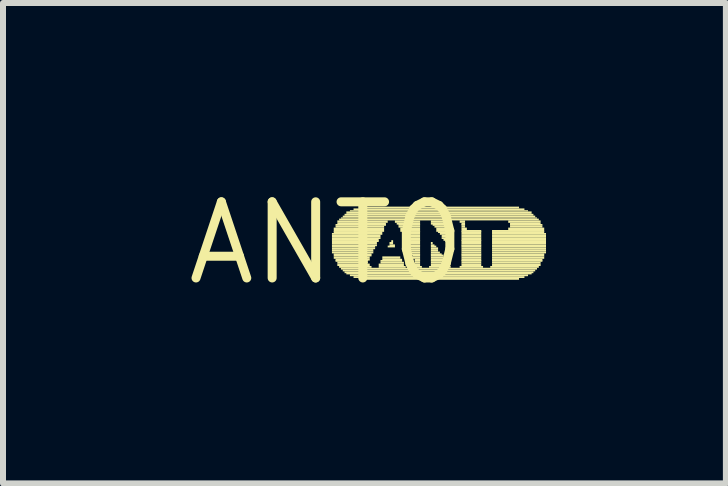
<source format=kicad_pcb>
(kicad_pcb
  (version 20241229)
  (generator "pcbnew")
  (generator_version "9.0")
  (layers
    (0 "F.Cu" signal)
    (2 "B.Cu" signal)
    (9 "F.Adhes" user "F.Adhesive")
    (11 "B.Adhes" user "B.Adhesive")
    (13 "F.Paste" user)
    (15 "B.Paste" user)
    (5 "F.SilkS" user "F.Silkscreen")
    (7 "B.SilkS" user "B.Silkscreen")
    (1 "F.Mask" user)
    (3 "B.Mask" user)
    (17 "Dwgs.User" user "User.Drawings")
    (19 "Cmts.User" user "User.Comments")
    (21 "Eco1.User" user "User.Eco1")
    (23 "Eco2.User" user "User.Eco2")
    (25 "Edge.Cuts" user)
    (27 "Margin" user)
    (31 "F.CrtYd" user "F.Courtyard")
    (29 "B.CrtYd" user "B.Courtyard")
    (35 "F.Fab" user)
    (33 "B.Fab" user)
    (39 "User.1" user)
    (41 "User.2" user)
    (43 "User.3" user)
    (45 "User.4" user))
  (footprint "ANT0"
    (layer "F.Cu")
    (at 2.396 1.006)
    (property "Reference" "ANT0" (at 0 0 0) (layer "F.SilkS") (effects (font (size 1.27 1.27) (thickness 0.15))))
    (attr through_hole)
    (fp_poly (pts (xy 0.09 -0.14) (xy 0.93 -0.14) (xy 0.93 -0.17) (xy 0.09 -0.17)) (stroke (width 0) (type solid)) (fill yes) (layer "F.SilkS"))
    (fp_poly (pts (xy 0.09 -0.1) (xy 0.9 -0.1) (xy 0.9 -0.14) (xy 0.09 -0.14)) (stroke (width 0) (type solid)) (fill yes) (layer "F.SilkS"))
    (fp_poly (pts (xy 0.09 -0.07) (xy 0.9 -0.07) (xy 0.9 -0.1) (xy 0.09 -0.1)) (stroke (width 0) (type solid)) (fill yes) (layer "F.SilkS"))
    (fp_poly (pts (xy 0.09 -0.04) (xy 0.87 -0.04) (xy 0.87 -0.07) (xy 0.09 -0.07)) (stroke (width 0) (type solid)) (fill yes) (layer "F.SilkS"))
    (fp_poly (pts (xy 0.09 -0.02) (xy 0.87 -0.02) (xy 0.87 -0.05) (xy 0.09 -0.05)) (stroke (width 0) (type solid)) (fill yes) (layer "F.SilkS"))
    (fp_poly (pts (xy 0.09 0.02) (xy 0.84 0.02) (xy 0.84 -0.02) (xy 0.09 -0.02)) (stroke (width 0) (type solid)) (fill yes) (layer "F.SilkS"))
    (fp_poly (pts (xy 0.09 0.05) (xy 0.84 0.05) (xy 0.84 0.02) (xy 0.09 0.02)) (stroke (width 0) (type solid)) (fill yes) (layer "F.SilkS"))
    (fp_poly (pts (xy 0.09 0.07) (xy 0.81 0.07) (xy 0.81 0.04) (xy 0.09 0.04)) (stroke (width 0) (type solid)) (fill yes) (layer "F.SilkS"))
    (fp_poly (pts (xy 0.09 0.1) (xy 0.81 0.1) (xy 0.81 0.07) (xy 0.09 0.07)) (stroke (width 0) (type solid)) (fill yes) (layer "F.SilkS"))
    (fp_poly (pts (xy 0.09 0.14) (xy 0.78 0.14) (xy 0.78 0.1) (xy 0.09 0.1)) (stroke (width 0) (type solid)) (fill yes) (layer "F.SilkS"))
    (fp_poly (pts (xy 0.09 0.17) (xy 0.78 0.17) (xy 0.78 0.14) (xy 0.09 0.14)) (stroke (width 0) (type solid)) (fill yes) (layer "F.SilkS"))
    (fp_poly (pts (xy 0.12 -0.22) (xy 0.96 -0.22) (xy 0.96 -0.26) (xy 0.12 -0.26)) (stroke (width 0) (type solid)) (fill yes) (layer "F.SilkS"))
    (fp_poly (pts (xy 0.12 -0.19) (xy 0.96 -0.19) (xy 0.96 -0.22) (xy 0.12 -0.22)) (stroke (width 0) (type solid)) (fill yes) (layer "F.SilkS"))
    (fp_poly (pts (xy 0.12 -0.17) (xy 0.93 -0.17) (xy 0.93 -0.2) (xy 0.12 -0.2)) (stroke (width 0) (type solid)) (fill yes) (layer "F.SilkS"))
    (fp_poly (pts (xy 0.12 0.2) (xy 0.75 0.2) (xy 0.75 0.17) (xy 0.12 0.17)) (stroke (width 0) (type solid)) (fill yes) (layer "F.SilkS"))
    (fp_poly (pts (xy 0.12 0.22) (xy 0.75 0.22) (xy 0.75 0.19) (xy 0.12 0.19)) (stroke (width 0) (type solid)) (fill yes) (layer "F.SilkS"))
    (fp_poly (pts (xy 0.12 0.26) (xy 0.72 0.26) (xy 0.72 0.22) (xy 0.12 0.22)) (stroke (width 0) (type solid)) (fill yes) (layer "F.SilkS"))
    (fp_poly (pts (xy 0.15 -0.29) (xy 0.99 -0.29) (xy 0.99 -0.32) (xy 0.15 -0.32)) (stroke (width 0) (type solid)) (fill yes) (layer "F.SilkS"))
    (fp_poly (pts (xy 0.15 -0.26) (xy 0.96 -0.26) (xy 0.96 -0.29) (xy 0.15 -0.29)) (stroke (width 0) (type solid)) (fill yes) (layer "F.SilkS"))
    (fp_poly (pts (xy 0.15 0.29) (xy 0.72 0.29) (xy 0.72 0.26) (xy 0.15 0.26)) (stroke (width 0) (type solid)) (fill yes) (layer "F.SilkS"))
    (fp_poly (pts (xy 0.15 0.31) (xy 0.69 0.31) (xy 0.69 0.28) (xy 0.15 0.28)) (stroke (width 0) (type solid)) (fill yes) (layer "F.SilkS"))
    (fp_poly (pts (xy 0.18 -0.34) (xy 1.02 -0.34) (xy 1.02 -0.38) (xy 0.18 -0.38)) (stroke (width 0) (type solid)) (fill yes) (layer "F.SilkS"))
    (fp_poly (pts (xy 0.18 -0.31) (xy 0.99 -0.31) (xy 0.99 -0.34) (xy 0.18 -0.34)) (stroke (width 0) (type solid)) (fill yes) (layer "F.SilkS"))
    (fp_poly (pts (xy 0.18 0.34) (xy 0.69 0.34) (xy 0.69 0.31) (xy 0.18 0.31)) (stroke (width 0) (type solid)) (fill yes) (layer "F.SilkS"))
    (fp_poly (pts (xy 0.18 0.38) (xy 0.72 0.38) (xy 0.72 0.34) (xy 0.18 0.34)) (stroke (width 0) (type solid)) (fill yes) (layer "F.SilkS"))
    (fp_poly (pts (xy 0.21 -0.38) (xy 3.54 -0.38) (xy 3.54 -0.41) (xy 0.21 -0.41)) (stroke (width 0) (type solid)) (fill yes) (layer "F.SilkS"))
    (fp_poly (pts (xy 0.21 0.41) (xy 0.75 0.41) (xy 0.75 0.38) (xy 0.21 0.38)) (stroke (width 0) (type solid)) (fill yes) (layer "F.SilkS"))
    (fp_poly (pts (xy 0.24 -0.41) (xy 3.51 -0.41) (xy 3.51 -0.43) (xy 0.24 -0.43)) (stroke (width 0) (type solid)) (fill yes) (layer "F.SilkS"))
    (fp_poly (pts (xy 0.24 0.44) (xy 3.51 0.44) (xy 3.51 0.41) (xy 0.24 0.41)) (stroke (width 0) (type solid)) (fill yes) (layer "F.SilkS"))
    (fp_poly (pts (xy 0.27 -0.43) (xy 3.48 -0.43) (xy 3.48 -0.46) (xy 0.27 -0.46)) (stroke (width 0) (type solid)) (fill yes) (layer "F.SilkS"))
    (fp_poly (pts (xy 0.27 0.47) (xy 3.48 0.47) (xy 3.48 0.44) (xy 0.27 0.44)) (stroke (width 0) (type solid)) (fill yes) (layer "F.SilkS"))
    (fp_poly (pts (xy 0.3 -0.46) (xy 3.45 -0.46) (xy 3.45 -0.49) (xy 0.3 -0.49)) (stroke (width 0) (type solid)) (fill yes) (layer "F.SilkS"))
    (fp_poly (pts (xy 0.3 0.5) (xy 3.45 0.5) (xy 3.45 0.47) (xy 0.3 0.47)) (stroke (width 0) (type solid)) (fill yes) (layer "F.SilkS"))
    (fp_poly (pts (xy 0.33 -0.49) (xy 3.42 -0.49) (xy 3.42 -0.53) (xy 0.33 -0.53)) (stroke (width 0) (type solid)) (fill yes) (layer "F.SilkS"))
    (fp_poly (pts (xy 0.33 0.52) (xy 3.42 0.52) (xy 3.42 0.49) (xy 0.33 0.49)) (stroke (width 0) (type solid)) (fill yes) (layer "F.SilkS"))
    (fp_poly (pts (xy 0.39 -0.53) (xy 3.36 -0.53) (xy 3.36 -0.55) (xy 0.39 -0.55)) (stroke (width 0) (type solid)) (fill yes) (layer "F.SilkS"))
    (fp_poly (pts (xy 0.39 0.55) (xy 3.36 0.55) (xy 3.36 0.52) (xy 0.39 0.52)) (stroke (width 0) (type solid)) (fill yes) (layer "F.SilkS"))
    (fp_poly (pts (xy 0.45 -0.55) (xy 3.3 -0.55) (xy 3.3 -0.58) (xy 0.45 -0.58)) (stroke (width 0) (type solid)) (fill yes) (layer "F.SilkS"))
    (fp_poly (pts (xy 0.45 0.58) (xy 3.3 0.58) (xy 3.3 0.55) (xy 0.45 0.55)) (stroke (width 0) (type solid)) (fill yes) (layer "F.SilkS"))
    (fp_poly (pts (xy 0.54 -0.58) (xy 3.21 -0.58) (xy 3.21 -0.61) (xy 0.54 -0.61)) (stroke (width 0) (type solid)) (fill yes) (layer "F.SilkS"))
    (fp_poly (pts (xy 0.54 0.61) (xy 3.21 0.61) (xy 3.21 0.58) (xy 0.54 0.58)) (stroke (width 0) (type solid)) (fill yes) (layer "F.SilkS"))
    (fp_poly (pts (xy 0.87 0.38) (xy 1.29 0.38) (xy 1.29 0.34) (xy 0.87 0.34)) (stroke (width 0) (type solid)) (fill yes) (layer "F.SilkS"))
    (fp_poly (pts (xy 0.87 0.41) (xy 1.32 0.41) (xy 1.32 0.38) (xy 0.87 0.38)) (stroke (width 0) (type solid)) (fill yes) (layer "F.SilkS"))
    (fp_poly (pts (xy 0.9 0.31) (xy 1.26 0.31) (xy 1.26 0.28) (xy 0.9 0.28)) (stroke (width 0) (type solid)) (fill yes) (layer "F.SilkS"))
    (fp_poly (pts (xy 0.9 0.34) (xy 1.29 0.34) (xy 1.29 0.31) (xy 0.9 0.31)) (stroke (width 0) (type solid)) (fill yes) (layer "F.SilkS"))
    (fp_poly (pts (xy 0.93 0.26) (xy 1.23 0.26) (xy 1.23 0.22) (xy 0.93 0.22)) (stroke (width 0) (type solid)) (fill yes) (layer "F.SilkS"))
    (fp_poly (pts (xy 0.93 0.29) (xy 1.26 0.29) (xy 1.26 0.26) (xy 0.93 0.26)) (stroke (width 0) (type solid)) (fill yes) (layer "F.SilkS"))
    (fp_poly (pts (xy 1.02 0.07) (xy 1.14 0.07) (xy 1.14 0.04) (xy 1.02 0.04)) (stroke (width 0) (type solid)) (fill yes) (layer "F.SilkS"))
    (fp_poly (pts (xy 1.05 0.02) (xy 1.11 0.02) (xy 1.11 -0.02) (xy 1.05 -0.02)) (stroke (width 0) (type solid)) (fill yes) (layer "F.SilkS"))
    (fp_poly (pts (xy 1.05 0.05) (xy 1.14 0.05) (xy 1.14 0.02) (xy 1.05 0.02)) (stroke (width 0) (type solid)) (fill yes) (layer "F.SilkS"))
    (fp_poly (pts (xy 1.08 -0.02) (xy 1.11 -0.02) (xy 1.11 -0.05) (xy 1.08 -0.05)) (stroke (width 0) (type solid)) (fill yes) (layer "F.SilkS"))
    (fp_poly (pts (xy 1.14 -0.34) (xy 1.56 -0.34) (xy 1.56 -0.38) (xy 1.14 -0.38)) (stroke (width 0) (type solid)) (fill yes) (layer "F.SilkS"))
    (fp_poly (pts (xy 1.17 -0.31) (xy 1.56 -0.31) (xy 1.56 -0.34) (xy 1.17 -0.34)) (stroke (width 0) (type solid)) (fill yes) (layer "F.SilkS"))
    (fp_poly (pts (xy 1.2 -0.29) (xy 1.56 -0.29) (xy 1.56 -0.32) (xy 1.2 -0.32)) (stroke (width 0) (type solid)) (fill yes) (layer "F.SilkS"))
    (fp_poly (pts (xy 1.2 -0.26) (xy 1.56 -0.26) (xy 1.56 -0.29) (xy 1.2 -0.29)) (stroke (width 0) (type solid)) (fill yes) (layer "F.SilkS"))
    (fp_poly (pts (xy 1.23 -0.22) (xy 1.56 -0.22) (xy 1.56 -0.26) (xy 1.23 -0.26)) (stroke (width 0) (type solid)) (fill yes) (layer "F.SilkS"))
    (fp_poly (pts (xy 1.23 -0.19) (xy 1.56 -0.19) (xy 1.56 -0.22) (xy 1.23 -0.22)) (stroke (width 0) (type solid)) (fill yes) (layer "F.SilkS"))
    (fp_poly (pts (xy 1.26 -0.17) (xy 1.56 -0.17) (xy 1.56 -0.2) (xy 1.26 -0.2)) (stroke (width 0) (type solid)) (fill yes) (layer "F.SilkS"))
    (fp_poly (pts (xy 1.26 -0.14) (xy 1.56 -0.14) (xy 1.56 -0.17) (xy 1.26 -0.17)) (stroke (width 0) (type solid)) (fill yes) (layer "F.SilkS"))
    (fp_poly (pts (xy 1.26 -0.1) (xy 1.56 -0.1) (xy 1.56 -0.14) (xy 1.26 -0.14)) (stroke (width 0) (type solid)) (fill yes) (layer "F.SilkS"))
    (fp_poly (pts (xy 1.29 -0.07) (xy 1.56 -0.07) (xy 1.56 -0.1) (xy 1.29 -0.1)) (stroke (width 0) (type solid)) (fill yes) (layer "F.SilkS"))
    (fp_poly (pts (xy 1.29 -0.04) (xy 1.56 -0.04) (xy 1.56 -0.07) (xy 1.29 -0.07)) (stroke (width 0) (type solid)) (fill yes) (layer "F.SilkS"))
    (fp_poly (pts (xy 1.32 -0.02) (xy 1.56 -0.02) (xy 1.56 -0.05) (xy 1.32 -0.05)) (stroke (width 0) (type solid)) (fill yes) (layer "F.SilkS"))
    (fp_poly (pts (xy 1.32 0.02) (xy 1.56 0.02) (xy 1.56 -0.02) (xy 1.32 -0.02)) (stroke (width 0) (type solid)) (fill yes) (layer "F.SilkS"))
    (fp_poly (pts (xy 1.35 0.05) (xy 1.56 0.05) (xy 1.56 0.02) (xy 1.35 0.02)) (stroke (width 0) (type solid)) (fill yes) (layer "F.SilkS"))
    (fp_poly (pts (xy 1.35 0.07) (xy 1.56 0.07) (xy 1.56 0.04) (xy 1.35 0.04)) (stroke (width 0) (type solid)) (fill yes) (layer "F.SilkS"))
    (fp_poly (pts (xy 1.38 0.1) (xy 1.56 0.1) (xy 1.56 0.07) (xy 1.38 0.07)) (stroke (width 0) (type solid)) (fill yes) (layer "F.SilkS"))
    (fp_poly (pts (xy 1.38 0.14) (xy 1.56 0.14) (xy 1.56 0.1) (xy 1.38 0.1)) (stroke (width 0) (type solid)) (fill yes) (layer "F.SilkS"))
    (fp_poly (pts (xy 1.41 0.17) (xy 1.56 0.17) (xy 1.56 0.14) (xy 1.41 0.14)) (stroke (width 0) (type solid)) (fill yes) (layer "F.SilkS"))
    (fp_poly (pts (xy 1.41 0.2) (xy 1.56 0.2) (xy 1.56 0.17) (xy 1.41 0.17)) (stroke (width 0) (type solid)) (fill yes) (layer "F.SilkS"))
    (fp_poly (pts (xy 1.44 0.22) (xy 1.56 0.22) (xy 1.56 0.19) (xy 1.44 0.19)) (stroke (width 0) (type solid)) (fill yes) (layer "F.SilkS"))
    (fp_poly (pts (xy 1.44 0.26) (xy 1.56 0.26) (xy 1.56 0.22) (xy 1.44 0.22)) (stroke (width 0) (type solid)) (fill yes) (layer "F.SilkS"))
    (fp_poly (pts (xy 1.44 0.41) (xy 1.59 0.41) (xy 1.59 0.38) (xy 1.44 0.38)) (stroke (width 0) (type solid)) (fill yes) (layer "F.SilkS"))
    (fp_poly (pts (xy 1.47 0.29) (xy 1.56 0.29) (xy 1.56 0.26) (xy 1.47 0.26)) (stroke (width 0) (type solid)) (fill yes) (layer "F.SilkS"))
    (fp_poly (pts (xy 1.47 0.31) (xy 1.56 0.31) (xy 1.56 0.28) (xy 1.47 0.28)) (stroke (width 0) (type solid)) (fill yes) (layer "F.SilkS"))
    (fp_poly (pts (xy 1.47 0.34) (xy 1.56 0.34) (xy 1.56 0.31) (xy 1.47 0.31)) (stroke (width 0) (type solid)) (fill yes) (layer "F.SilkS"))
    (fp_poly (pts (xy 1.47 0.38) (xy 1.56 0.38) (xy 1.56 0.34) (xy 1.47 0.34)) (stroke (width 0) (type solid)) (fill yes) (layer "F.SilkS"))
    (fp_poly (pts (xy 1.71 0.41) (xy 2.07 0.41) (xy 2.07 0.38) (xy 1.71 0.38)) (stroke (width 0) (type solid)) (fill yes) (layer "F.SilkS"))
    (fp_poly (pts (xy 1.74 -0.34) (xy 2.07 -0.34) (xy 2.07 -0.38) (xy 1.74 -0.38)) (stroke (width 0) (type solid)) (fill yes) (layer "F.SilkS"))
    (fp_poly (pts (xy 1.74 -0.31) (xy 2.07 -0.31) (xy 2.07 -0.34) (xy 1.74 -0.34)) (stroke (width 0) (type solid)) (fill yes) (layer "F.SilkS"))
    (fp_poly (pts (xy 1.74 0.02) (xy 1.77 0.02) (xy 1.77 -0.02) (xy 1.74 -0.02)) (stroke (width 0) (type solid)) (fill yes) (layer "F.SilkS"))
    (fp_poly (pts (xy 1.74 0.05) (xy 1.8 0.05) (xy 1.8 0.02) (xy 1.74 0.02)) (stroke (width 0) (type solid)) (fill yes) (layer "F.SilkS"))
    (fp_poly (pts (xy 1.74 0.07) (xy 1.83 0.07) (xy 1.83 0.04) (xy 1.74 0.04)) (stroke (width 0) (type solid)) (fill yes) (layer "F.SilkS"))
    (fp_poly (pts (xy 1.74 0.1) (xy 1.86 0.1) (xy 1.86 0.07) (xy 1.74 0.07)) (stroke (width 0) (type solid)) (fill yes) (layer "F.SilkS"))
    (fp_poly (pts (xy 1.74 0.14) (xy 1.86 0.14) (xy 1.86 0.1) (xy 1.74 0.1)) (stroke (width 0) (type solid)) (fill yes) (layer "F.SilkS"))
    (fp_poly (pts (xy 1.74 0.17) (xy 1.89 0.17) (xy 1.89 0.14) (xy 1.74 0.14)) (stroke (width 0) (type solid)) (fill yes) (layer "F.SilkS"))
    (fp_poly (pts (xy 1.74 0.2) (xy 1.92 0.2) (xy 1.92 0.17) (xy 1.74 0.17)) (stroke (width 0) (type solid)) (fill yes) (layer "F.SilkS"))
    (fp_poly (pts (xy 1.74 0.22) (xy 1.95 0.22) (xy 1.95 0.19) (xy 1.74 0.19)) (stroke (width 0) (type solid)) (fill yes) (layer "F.SilkS"))
    (fp_poly (pts (xy 1.74 0.26) (xy 1.95 0.26) (xy 1.95 0.22) (xy 1.74 0.22)) (stroke (width 0) (type solid)) (fill yes) (layer "F.SilkS"))
    (fp_poly (pts (xy 1.74 0.29) (xy 1.98 0.29) (xy 1.98 0.26) (xy 1.74 0.26)) (stroke (width 0) (type solid)) (fill yes) (layer "F.SilkS"))
    (fp_poly (pts (xy 1.74 0.31) (xy 2.01 0.31) (xy 2.01 0.28) (xy 1.74 0.28)) (stroke (width 0) (type solid)) (fill yes) (layer "F.SilkS"))
    (fp_poly (pts (xy 1.74 0.34) (xy 2.04 0.34) (xy 2.04 0.31) (xy 1.74 0.31)) (stroke (width 0) (type solid)) (fill yes) (layer "F.SilkS"))
    (fp_poly (pts (xy 1.74 0.38) (xy 2.04 0.38) (xy 2.04 0.34) (xy 1.74 0.34)) (stroke (width 0) (type solid)) (fill yes) (layer "F.SilkS"))
    (fp_poly (pts (xy 1.77 -0.29) (xy 2.07 -0.29) (xy 2.07 -0.32) (xy 1.77 -0.32)) (stroke (width 0) (type solid)) (fill yes) (layer "F.SilkS"))
    (fp_poly (pts (xy 1.8 -0.26) (xy 2.07 -0.26) (xy 2.07 -0.29) (xy 1.8 -0.29)) (stroke (width 0) (type solid)) (fill yes) (layer "F.SilkS"))
    (fp_poly (pts (xy 1.83 -0.22) (xy 2.07 -0.22) (xy 2.07 -0.26) (xy 1.83 -0.26)) (stroke (width 0) (type solid)) (fill yes) (layer "F.SilkS"))
    (fp_poly (pts (xy 1.83 -0.19) (xy 2.07 -0.19) (xy 2.07 -0.22) (xy 1.83 -0.22)) (stroke (width 0) (type solid)) (fill yes) (layer "F.SilkS"))
    (fp_poly (pts (xy 1.86 -0.17) (xy 2.07 -0.17) (xy 2.07 -0.2) (xy 1.86 -0.2)) (stroke (width 0) (type solid)) (fill yes) (layer "F.SilkS"))
    (fp_poly (pts (xy 1.89 -0.14) (xy 2.07 -0.14) (xy 2.07 -0.17) (xy 1.89 -0.17)) (stroke (width 0) (type solid)) (fill yes) (layer "F.SilkS"))
    (fp_poly (pts (xy 1.92 -0.1) (xy 2.07 -0.1) (xy 2.07 -0.14) (xy 1.92 -0.14)) (stroke (width 0) (type solid)) (fill yes) (layer "F.SilkS"))
    (fp_poly (pts (xy 1.92 -0.07) (xy 2.07 -0.07) (xy 2.07 -0.1) (xy 1.92 -0.1)) (stroke (width 0) (type solid)) (fill yes) (layer "F.SilkS"))
    (fp_poly (pts (xy 1.95 -0.04) (xy 2.07 -0.04) (xy 2.07 -0.07) (xy 1.95 -0.07)) (stroke (width 0) (type solid)) (fill yes) (layer "F.SilkS"))
    (fp_poly (pts (xy 1.98 -0.02) (xy 2.07 -0.02) (xy 2.07 -0.05) (xy 1.98 -0.05)) (stroke (width 0) (type solid)) (fill yes) (layer "F.SilkS"))
    (fp_poly (pts (xy 2.01 0.02) (xy 2.07 0.02) (xy 2.07 -0.02) (xy 2.01 -0.02)) (stroke (width 0) (type solid)) (fill yes) (layer "F.SilkS"))
    (fp_poly (pts (xy 2.01 0.05) (xy 2.07 0.05) (xy 2.07 0.02) (xy 2.01 0.02)) (stroke (width 0) (type solid)) (fill yes) (layer "F.SilkS"))
    (fp_poly (pts (xy 2.22 -0.34) (xy 2.31 -0.34) (xy 2.31 -0.38) (xy 2.22 -0.38)) (stroke (width 0) (type solid)) (fill yes) (layer "F.SilkS"))
    (fp_poly (pts (xy 2.22 0.41) (xy 2.61 0.41) (xy 2.61 0.38) (xy 2.22 0.38)) (stroke (width 0) (type solid)) (fill yes) (layer "F.SilkS"))
    (fp_poly (pts (xy 2.25 -0.31) (xy 2.31 -0.31) (xy 2.31 -0.34) (xy 2.25 -0.34)) (stroke (width 0) (type solid)) (fill yes) (layer "F.SilkS"))
    (fp_poly (pts (xy 2.25 -0.29) (xy 2.31 -0.29) (xy 2.31 -0.32) (xy 2.25 -0.32)) (stroke (width 0) (type solid)) (fill yes) (layer "F.SilkS"))
    (fp_poly (pts (xy 2.25 -0.26) (xy 2.31 -0.26) (xy 2.31 -0.29) (xy 2.25 -0.29)) (stroke (width 0) (type solid)) (fill yes) (layer "F.SilkS"))
    (fp_poly (pts (xy 2.25 -0.22) (xy 2.34 -0.22) (xy 2.34 -0.26) (xy 2.25 -0.26)) (stroke (width 0) (type solid)) (fill yes) (layer "F.SilkS"))
    (fp_poly (pts (xy 2.25 -0.19) (xy 2.58 -0.19) (xy 2.58 -0.22) (xy 2.25 -0.22)) (stroke (width 0) (type solid)) (fill yes) (layer "F.SilkS"))
    (fp_poly (pts (xy 2.25 -0.17) (xy 2.58 -0.17) (xy 2.58 -0.2) (xy 2.25 -0.2)) (stroke (width 0) (type solid)) (fill yes) (layer "F.SilkS"))
    (fp_poly (pts (xy 2.25 -0.14) (xy 2.58 -0.14) (xy 2.58 -0.17) (xy 2.25 -0.17)) (stroke (width 0) (type solid)) (fill yes) (layer "F.SilkS"))
    (fp_poly (pts (xy 2.25 -0.1) (xy 2.58 -0.1) (xy 2.58 -0.14) (xy 2.25 -0.14)) (stroke (width 0) (type solid)) (fill yes) (layer "F.SilkS"))
    (fp_poly (pts (xy 2.25 -0.07) (xy 2.58 -0.07) (xy 2.58 -0.1) (xy 2.25 -0.1)) (stroke (width 0) (type solid)) (fill yes) (layer "F.SilkS"))
    (fp_poly (pts (xy 2.25 -0.04) (xy 2.58 -0.04) (xy 2.58 -0.07) (xy 2.25 -0.07)) (stroke (width 0) (type solid)) (fill yes) (layer "F.SilkS"))
    (fp_poly (pts (xy 2.25 -0.02) (xy 2.58 -0.02) (xy 2.58 -0.05) (xy 2.25 -0.05)) (stroke (width 0) (type solid)) (fill yes) (layer "F.SilkS"))
    (fp_poly (pts (xy 2.25 0.02) (xy 2.58 0.02) (xy 2.58 -0.02) (xy 2.25 -0.02)) (stroke (width 0) (type solid)) (fill yes) (layer "F.SilkS"))
    (fp_poly (pts (xy 2.25 0.05) (xy 2.58 0.05) (xy 2.58 0.02) (xy 2.25 0.02)) (stroke (width 0) (type solid)) (fill yes) (layer "F.SilkS"))
    (fp_poly (pts (xy 2.25 0.07) (xy 2.58 0.07) (xy 2.58 0.04) (xy 2.25 0.04)) (stroke (width 0) (type solid)) (fill yes) (layer "F.SilkS"))
    (fp_poly (pts (xy 2.25 0.1) (xy 2.58 0.1) (xy 2.58 0.07) (xy 2.25 0.07)) (stroke (width 0) (type solid)) (fill yes) (layer "F.SilkS"))
    (fp_poly (pts (xy 2.25 0.14) (xy 2.58 0.14) (xy 2.58 0.1) (xy 2.25 0.1)) (stroke (width 0) (type solid)) (fill yes) (layer "F.SilkS"))
    (fp_poly (pts (xy 2.25 0.17) (xy 2.58 0.17) (xy 2.58 0.14) (xy 2.25 0.14)) (stroke (width 0) (type solid)) (fill yes) (layer "F.SilkS"))
    (fp_poly (pts (xy 2.25 0.2) (xy 2.58 0.2) (xy 2.58 0.17) (xy 2.25 0.17)) (stroke (width 0) (type solid)) (fill yes) (layer "F.SilkS"))
    (fp_poly (pts (xy 2.25 0.22) (xy 2.58 0.22) (xy 2.58 0.19) (xy 2.25 0.19)) (stroke (width 0) (type solid)) (fill yes) (layer "F.SilkS"))
    (fp_poly (pts (xy 2.25 0.26) (xy 2.58 0.26) (xy 2.58 0.22) (xy 2.25 0.22)) (stroke (width 0) (type solid)) (fill yes) (layer "F.SilkS"))
    (fp_poly (pts (xy 2.25 0.29) (xy 2.58 0.29) (xy 2.58 0.26) (xy 2.25 0.26)) (stroke (width 0) (type solid)) (fill yes) (layer "F.SilkS"))
    (fp_poly (pts (xy 2.25 0.31) (xy 2.58 0.31) (xy 2.58 0.28) (xy 2.25 0.28)) (stroke (width 0) (type solid)) (fill yes) (layer "F.SilkS"))
    (fp_poly (pts (xy 2.25 0.34) (xy 2.58 0.34) (xy 2.58 0.31) (xy 2.25 0.31)) (stroke (width 0) (type solid)) (fill yes) (layer "F.SilkS"))
    (fp_poly (pts (xy 2.25 0.38) (xy 2.58 0.38) (xy 2.58 0.34) (xy 2.25 0.34)) (stroke (width 0) (type solid)) (fill yes) (layer "F.SilkS"))
    (fp_poly (pts (xy 2.73 0.41) (xy 3.54 0.41) (xy 3.54 0.38) (xy 2.73 0.38)) (stroke (width 0) (type solid)) (fill yes) (layer "F.SilkS"))
    (fp_poly (pts (xy 2.76 -0.19) (xy 3.63 -0.19) (xy 3.63 -0.22) (xy 2.76 -0.22)) (stroke (width 0) (type solid)) (fill yes) (layer "F.SilkS"))
    (fp_poly (pts (xy 2.76 -0.17) (xy 3.63 -0.17) (xy 3.63 -0.2) (xy 2.76 -0.2)) (stroke (width 0) (type solid)) (fill yes) (layer "F.SilkS"))
    (fp_poly (pts (xy 2.76 -0.14) (xy 3.66 -0.14) (xy 3.66 -0.17) (xy 2.76 -0.17)) (stroke (width 0) (type solid)) (fill yes) (layer "F.SilkS"))
    (fp_poly (pts (xy 2.76 -0.1) (xy 3.66 -0.1) (xy 3.66 -0.14) (xy 2.76 -0.14)) (stroke (width 0) (type solid)) (fill yes) (layer "F.SilkS"))
    (fp_poly (pts (xy 2.76 -0.07) (xy 3.66 -0.07) (xy 3.66 -0.1) (xy 2.76 -0.1)) (stroke (width 0) (type solid)) (fill yes) (layer "F.SilkS"))
    (fp_poly (pts (xy 2.76 -0.04) (xy 3.66 -0.04) (xy 3.66 -0.07) (xy 2.76 -0.07)) (stroke (width 0) (type solid)) (fill yes) (layer "F.SilkS"))
    (fp_poly (pts (xy 2.76 -0.02) (xy 3.66 -0.02) (xy 3.66 -0.05) (xy 2.76 -0.05)) (stroke (width 0) (type solid)) (fill yes) (layer "F.SilkS"))
    (fp_poly (pts (xy 2.76 0.02) (xy 3.66 0.02) (xy 3.66 -0.02) (xy 2.76 -0.02)) (stroke (width 0) (type solid)) (fill yes) (layer "F.SilkS"))
    (fp_poly (pts (xy 2.76 0.05) (xy 3.66 0.05) (xy 3.66 0.02) (xy 2.76 0.02)) (stroke (width 0) (type solid)) (fill yes) (layer "F.SilkS"))
    (fp_poly (pts (xy 2.76 0.07) (xy 3.66 0.07) (xy 3.66 0.04) (xy 2.76 0.04)) (stroke (width 0) (type solid)) (fill yes) (layer "F.SilkS"))
    (fp_poly (pts (xy 2.76 0.1) (xy 3.66 0.1) (xy 3.66 0.07) (xy 2.76 0.07)) (stroke (width 0) (type solid)) (fill yes) (layer "F.SilkS"))
    (fp_poly (pts (xy 2.76 0.14) (xy 3.66 0.14) (xy 3.66 0.1) (xy 2.76 0.1)) (stroke (width 0) (type solid)) (fill yes) (layer "F.SilkS"))
    (fp_poly (pts (xy 2.76 0.17) (xy 3.66 0.17) (xy 3.66 0.14) (xy 2.76 0.14)) (stroke (width 0) (type solid)) (fill yes) (layer "F.SilkS"))
    (fp_poly (pts (xy 2.76 0.2) (xy 3.63 0.2) (xy 3.63 0.17) (xy 2.76 0.17)) (stroke (width 0) (type solid)) (fill yes) (layer "F.SilkS"))
    (fp_poly (pts (xy 2.76 0.22) (xy 3.63 0.22) (xy 3.63 0.19) (xy 2.76 0.19)) (stroke (width 0) (type solid)) (fill yes) (layer "F.SilkS"))
    (fp_poly (pts (xy 2.76 0.26) (xy 3.63 0.26) (xy 3.63 0.22) (xy 2.76 0.22)) (stroke (width 0) (type solid)) (fill yes) (layer "F.SilkS"))
    (fp_poly (pts (xy 2.76 0.29) (xy 3.6 0.29) (xy 3.6 0.26) (xy 2.76 0.26)) (stroke (width 0) (type solid)) (fill yes) (layer "F.SilkS"))
    (fp_poly (pts (xy 2.76 0.31) (xy 3.6 0.31) (xy 3.6 0.28) (xy 2.76 0.28)) (stroke (width 0) (type solid)) (fill yes) (layer "F.SilkS"))
    (fp_poly (pts (xy 2.76 0.34) (xy 3.57 0.34) (xy 3.57 0.31) (xy 2.76 0.31)) (stroke (width 0) (type solid)) (fill yes) (layer "F.SilkS"))
    (fp_poly (pts (xy 2.76 0.38) (xy 3.57 0.38) (xy 3.57 0.34) (xy 2.76 0.34)) (stroke (width 0) (type solid)) (fill yes) (layer "F.SilkS"))
    (fp_poly (pts (xy 3.03 -0.34) (xy 3.57 -0.34) (xy 3.57 -0.38) (xy 3.03 -0.38)) (stroke (width 0) (type solid)) (fill yes) (layer "F.SilkS"))
    (fp_poly (pts (xy 3.03 -0.22) (xy 3.63 -0.22) (xy 3.63 -0.26) (xy 3.03 -0.26)) (stroke (width 0) (type solid)) (fill yes) (layer "F.SilkS"))
    (fp_poly (pts (xy 3.06 -0.31) (xy 3.57 -0.31) (xy 3.57 -0.34) (xy 3.06 -0.34)) (stroke (width 0) (type solid)) (fill yes) (layer "F.SilkS"))
    (fp_poly (pts (xy 3.06 -0.29) (xy 3.6 -0.29) (xy 3.6 -0.32) (xy 3.06 -0.32)) (stroke (width 0) (type solid)) (fill yes) (layer "F.SilkS"))
    (fp_poly (pts (xy 3.06 -0.26) (xy 3.6 -0.26) (xy 3.6 -0.29) (xy 3.06 -0.29)) (stroke (width 0) (type solid)) (fill yes) (layer "F.SilkS")))
  (gr_rect
    (start -3 -3)
    (end 9.056 5.012)
    (stroke (width 0.1) (type default))
    (fill no)
    (layer "Edge.Cuts")))
</source>
